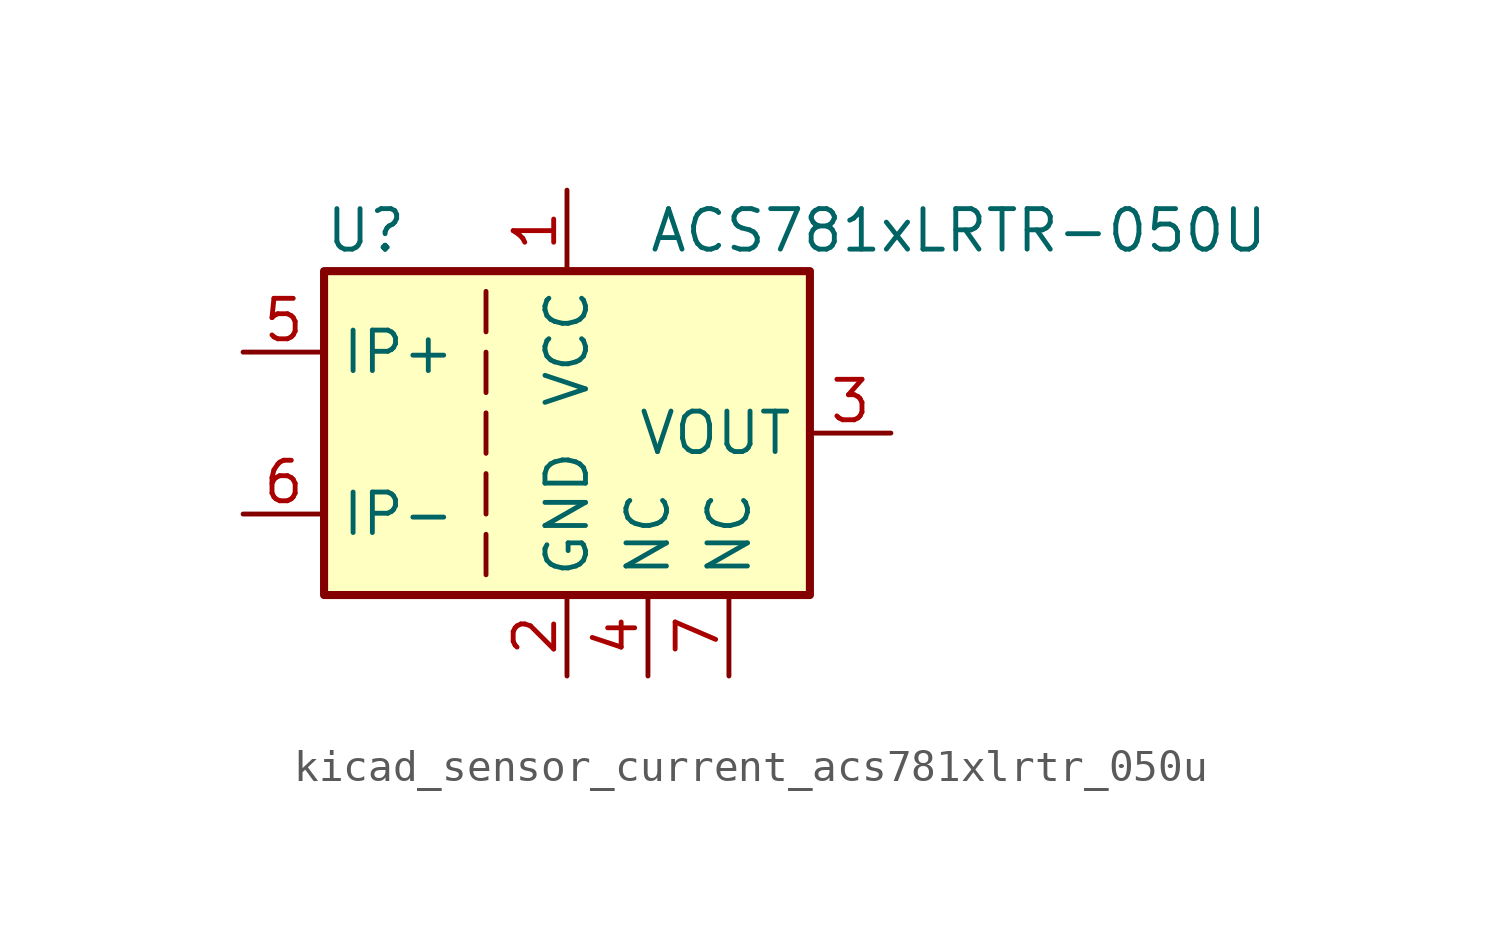
<source format=kicad_sym>
(kicad_symbol_lib
  (version 20220914)
  (generator kicad_symbol_editor)
  (symbol "kicad_sensor_current_acs781xlrtr_050u"
    (property "Reference" "U"
      (at -7.62 6.35 0)
      (effects (font (size 1.27 1.27)) (justify left)))
    (property "Value" "ACS781xLRTR-050U"
      (at 2.54 6.35 0)
      (effects (font (size 1.27 1.27)) (justify left)))
    (symbol "kicad_sensor_current_acs781xlrtr_050u_0_1"
      (rectangle (start -7.62 5.08) (end 7.62 -5.08) (stroke (width 0.254) (type default)) (fill (type background)))
      (polyline (pts (xy -2.54 -3.175) (xy -2.54 -4.445)) (stroke (width 0) (type default)) (fill (type none)))
      (polyline (pts (xy -2.54 -1.27) (xy -2.54 -2.54)) (stroke (width 0) (type default)) (fill (type none)))
      (polyline (pts (xy -2.54 0.635) (xy -2.54 -0.635)) (stroke (width 0) (type default)) (fill (type none)))
      (polyline (pts (xy -2.54 1.27) (xy -2.54 2.54)) (stroke (width 0) (type default)) (fill (type none)))
      (polyline (pts (xy -2.54 3.175) (xy -2.54 4.445)) (stroke (width 0) (type default)) (fill (type none))))
    (symbol "kicad_sensor_current_acs781xlrtr_050u_1_1"
      (pin power_in line (at 0 7.62 270) (length 2.54) (name "VCC" (effects (font (size 1.27 1.27)))) (number "1" (effects (font (size 1.27 1.27)))))
      (pin power_in line (at 0 -7.62 90) (length 2.54) (name "GND" (effects (font (size 1.27 1.27)))) (number "2" (effects (font (size 1.27 1.27)))))
      (pin output line (at 10.16 0 180) (length 2.54) (name "VOUT" (effects (font (size 1.27 1.27)))) (number "3" (effects (font (size 1.27 1.27)))))
      (pin passive line (at 2.54 -7.62 90) (length 2.54) (name "NC" (effects (font (size 1.27 1.27)))) (number "4" (effects (font (size 1.27 1.27)))))
      (pin passive line (at -10.16 2.54 0) (length 2.54) (name "IP+" (effects (font (size 1.27 1.27)))) (number "5" (effects (font (size 1.27 1.27)))))
      (pin passive line (at -10.16 -2.54 0) (length 2.54) (name "IP-" (effects (font (size 1.27 1.27)))) (number "6" (effects (font (size 1.27 1.27)))))
      (pin passive line (at 5.08 -7.62 90) (length 2.54) (name "NC" (effects (font (size 1.27 1.27)))) (number "7" (effects (font (size 1.27 1.27))))))))
</source>
